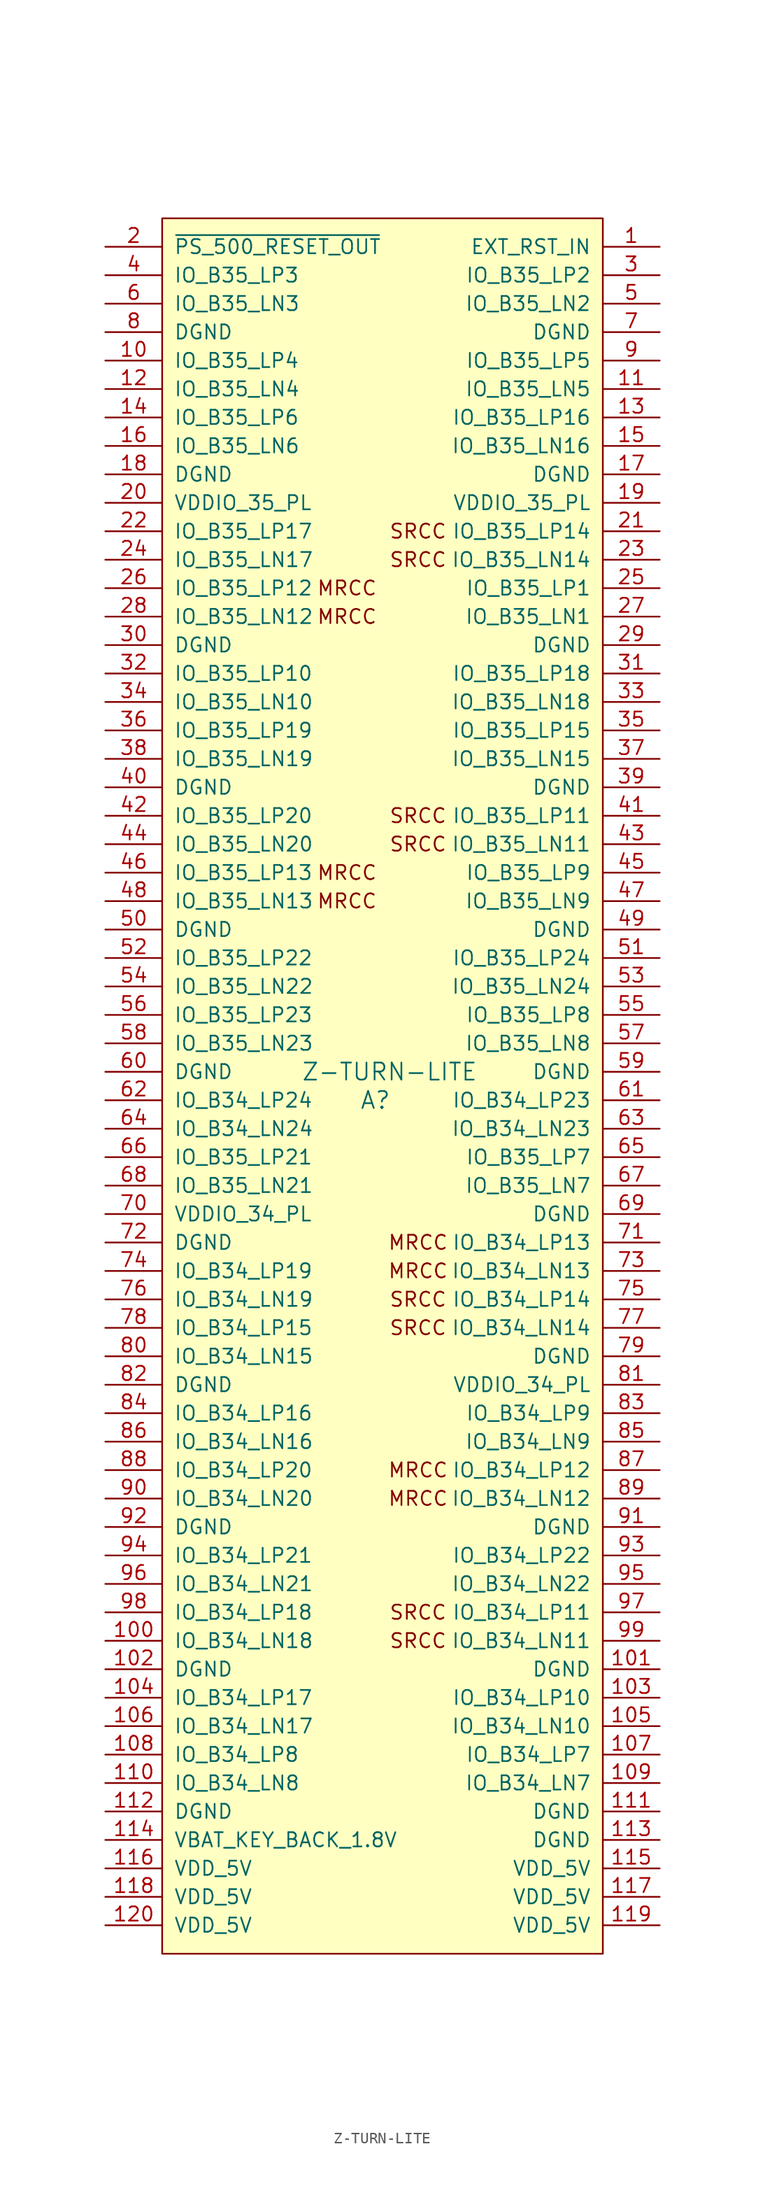
<source format=kicad_sym>
(kicad_symbol_lib
  (version 20201005)
  (generator kicad_symbol_editor)
  (symbol "z-turn-lite:Z-TURN-LITE"
    (pin_names
      (offset 1.016))
    (property "Reference" "A"
      (at 1.27 -2.54 0)
      (effects (font (size 1.524 1.524))))
    (property "Value" "Z-TURN-LITE"
      (at 2.54 0 0)
      (effects (font (size 1.524 1.524))))
    (symbol "Z-TURN-LITE_0_0"
      (text "SRCC" (at 5.08 -50.8 0) (effects (font (size 1.27 1.27))))
      (text "SRCC" (at 5.08 -48.26 0) (effects (font (size 1.27 1.27))))
      (text "SRCC" (at 5.08 -22.86 0) (effects (font (size 1.27 1.27))))
      (text "SRCC" (at 5.08 -20.32 0) (effects (font (size 1.27 1.27))))
      (text "MRCC" (at 5.08 -35.56 0) (effects (font (size 1.27 1.27))))
      (text "MRCC" (at 5.08 -38.1 0) (effects (font (size 1.27 1.27))))
      (text "MRCC" (at 5.08 -15.24 0) (effects (font (size 1.27 1.27))))
      (text "MRCC" (at 5.08 -17.78 0) (effects (font (size 1.27 1.27))))
      (text "SRCC" (at 5.08 45.72 0) (effects (font (size 1.27 1.27))))
      (text "SRCC" (at 5.08 48.26 0) (effects (font (size 1.27 1.27))))
      (text "SRCC" (at 5.08 20.32 0) (effects (font (size 1.27 1.27))))
      (text "SRCC" (at 5.08 22.86 0) (effects (font (size 1.27 1.27))))
      (text "MRCC" (at -1.27 43.18 0) (effects (font (size 1.27 1.27))))
      (text "MRCC" (at -1.27 40.64 0) (effects (font (size 1.27 1.27))))
      (text "MRCC" (at -1.27 17.78 0) (effects (font (size 1.27 1.27))))
      (text "MRCC" (at -1.27 15.24 0) (effects (font (size 1.27 1.27)))))
    (symbol "Z-TURN-LITE_0_1"
      (rectangle (start -17.78 76.2) (end 21.59 -78.74) (stroke (width 0)) (fill (type background))))
    (symbol "Z-TURN-LITE_1_1"
      (pin input line (at 26.67 73.66 180) (length 5.08) (name "EXT_RST_IN" (effects (font (size 1.27 1.27)))) (number "1" (effects (font (size 1.27 1.27)))))
      (pin bidirectional line (at -22.86 63.5 0) (length 5.08) (name "IO_B35_LP4" (effects (font (size 1.27 1.27)))) (number "10" (effects (font (size 1.27 1.27)))))
      (pin bidirectional line (at -22.86 -50.8 0) (length 5.08) (name "IO_B34_LN18" (effects (font (size 1.27 1.27)))) (number "100" (effects (font (size 1.27 1.27)))))
      (pin power_out line (at 26.67 -53.34 180) (length 5.08) (name "DGND" (effects (font (size 1.27 1.27)))) (number "101" (effects (font (size 1.27 1.27)))))
      (pin power_out line (at -22.86 -53.34 0) (length 5.08) (name "DGND" (effects (font (size 1.27 1.27)))) (number "102" (effects (font (size 1.27 1.27)))))
      (pin bidirectional line (at 26.67 -55.88 180) (length 5.08) (name "IO_B34_LP10" (effects (font (size 1.27 1.27)))) (number "103" (effects (font (size 1.27 1.27)))))
      (pin bidirectional line (at -22.86 -55.88 0) (length 5.08) (name "IO_B34_LP17" (effects (font (size 1.27 1.27)))) (number "104" (effects (font (size 1.27 1.27)))))
      (pin bidirectional line (at 26.67 -58.42 180) (length 5.08) (name "IO_B34_LN10" (effects (font (size 1.27 1.27)))) (number "105" (effects (font (size 1.27 1.27)))))
      (pin bidirectional line (at -22.86 -58.42 0) (length 5.08) (name "IO_B34_LN17" (effects (font (size 1.27 1.27)))) (number "106" (effects (font (size 1.27 1.27)))))
      (pin bidirectional line (at 26.67 -60.96 180) (length 5.08) (name "IO_B34_LP7" (effects (font (size 1.27 1.27)))) (number "107" (effects (font (size 1.27 1.27)))))
      (pin bidirectional line (at -22.86 -60.96 0) (length 5.08) (name "IO_B34_LP8" (effects (font (size 1.27 1.27)))) (number "108" (effects (font (size 1.27 1.27)))))
      (pin bidirectional line (at 26.67 -63.5 180) (length 5.08) (name "IO_B34_LN7" (effects (font (size 1.27 1.27)))) (number "109" (effects (font (size 1.27 1.27)))))
      (pin bidirectional line (at 26.67 60.96 180) (length 5.08) (name "IO_B35_LN5" (effects (font (size 1.27 1.27)))) (number "11" (effects (font (size 1.27 1.27)))))
      (pin bidirectional line (at -22.86 -63.5 0) (length 5.08) (name "IO_B34_LN8" (effects (font (size 1.27 1.27)))) (number "110" (effects (font (size 1.27 1.27)))))
      (pin power_out line (at 26.67 -66.04 180) (length 5.08) (name "DGND" (effects (font (size 1.27 1.27)))) (number "111" (effects (font (size 1.27 1.27)))))
      (pin power_out line (at -22.86 -66.04 0) (length 5.08) (name "DGND" (effects (font (size 1.27 1.27)))) (number "112" (effects (font (size 1.27 1.27)))))
      (pin power_out line (at 26.67 -68.58 180) (length 5.08) (name "DGND" (effects (font (size 1.27 1.27)))) (number "113" (effects (font (size 1.27 1.27)))))
      (pin bidirectional line (at -22.86 -68.58 0) (length 5.08) (name "VBAT_KEY_BACK_1.8V" (effects (font (size 1.27 1.27)))) (number "114" (effects (font (size 1.27 1.27)))))
      (pin power_out line (at 26.67 -71.12 180) (length 5.08) (name "VDD_5V" (effects (font (size 1.27 1.27)))) (number "115" (effects (font (size 1.27 1.27)))))
      (pin power_out line (at -22.86 -71.12 0) (length 5.08) (name "VDD_5V" (effects (font (size 1.27 1.27)))) (number "116" (effects (font (size 1.27 1.27)))))
      (pin power_out line (at 26.67 -73.66 180) (length 5.08) (name "VDD_5V" (effects (font (size 1.27 1.27)))) (number "117" (effects (font (size 1.27 1.27)))))
      (pin power_out line (at -22.86 -73.66 0) (length 5.08) (name "VDD_5V" (effects (font (size 1.27 1.27)))) (number "118" (effects (font (size 1.27 1.27)))))
      (pin power_out line (at 26.67 -76.2 180) (length 5.08) (name "VDD_5V" (effects (font (size 1.27 1.27)))) (number "119" (effects (font (size 1.27 1.27)))))
      (pin bidirectional line (at -22.86 60.96 0) (length 5.08) (name "IO_B35_LN4" (effects (font (size 1.27 1.27)))) (number "12" (effects (font (size 1.27 1.27)))))
      (pin power_out line (at -22.86 -76.2 0) (length 5.08) (name "VDD_5V" (effects (font (size 1.27 1.27)))) (number "120" (effects (font (size 1.27 1.27)))))
      (pin bidirectional line (at 26.67 58.42 180) (length 5.08) (name "IO_B35_LP16" (effects (font (size 1.27 1.27)))) (number "13" (effects (font (size 1.27 1.27)))))
      (pin bidirectional line (at -22.86 58.42 0) (length 5.08) (name "IO_B35_LP6" (effects (font (size 1.27 1.27)))) (number "14" (effects (font (size 1.27 1.27)))))
      (pin bidirectional line (at 26.67 55.88 180) (length 5.08) (name "IO_B35_LN16" (effects (font (size 1.27 1.27)))) (number "15" (effects (font (size 1.27 1.27)))))
      (pin bidirectional line (at -22.86 55.88 0) (length 5.08) (name "IO_B35_LN6" (effects (font (size 1.27 1.27)))) (number "16" (effects (font (size 1.27 1.27)))))
      (pin power_out line (at 26.67 53.34 180) (length 5.08) (name "DGND" (effects (font (size 1.27 1.27)))) (number "17" (effects (font (size 1.27 1.27)))))
      (pin power_out line (at -22.86 53.34 0) (length 5.08) (name "DGND" (effects (font (size 1.27 1.27)))) (number "18" (effects (font (size 1.27 1.27)))))
      (pin power_out line (at 26.67 50.8 180) (length 5.08) (name "VDDIO_35_PL" (effects (font (size 1.27 1.27)))) (number "19" (effects (font (size 1.27 1.27)))))
      (pin bidirectional line (at -22.86 73.66 0) (length 5.08) (name "~PS_500_RESET_OUT" (effects (font (size 1.27 1.27)))) (number "2" (effects (font (size 1.27 1.27)))))
      (pin power_out line (at -22.86 50.8 0) (length 5.08) (name "VDDIO_35_PL" (effects (font (size 1.27 1.27)))) (number "20" (effects (font (size 1.27 1.27)))))
      (pin bidirectional line (at 26.67 48.26 180) (length 5.08) (name "IO_B35_LP14" (effects (font (size 1.27 1.27)))) (number "21" (effects (font (size 1.27 1.27)))))
      (pin bidirectional line (at -22.86 48.26 0) (length 5.08) (name "IO_B35_LP17" (effects (font (size 1.27 1.27)))) (number "22" (effects (font (size 1.27 1.27)))))
      (pin bidirectional line (at 26.67 45.72 180) (length 5.08) (name "IO_B35_LN14" (effects (font (size 1.27 1.27)))) (number "23" (effects (font (size 1.27 1.27)))))
      (pin bidirectional line (at -22.86 45.72 0) (length 5.08) (name "IO_B35_LN17" (effects (font (size 1.27 1.27)))) (number "24" (effects (font (size 1.27 1.27)))))
      (pin bidirectional line (at 26.67 43.18 180) (length 5.08) (name "IO_B35_LP1" (effects (font (size 1.27 1.27)))) (number "25" (effects (font (size 1.27 1.27)))))
      (pin bidirectional line (at -22.86 43.18 0) (length 5.08) (name "IO_B35_LP12" (effects (font (size 1.27 1.27)))) (number "26" (effects (font (size 1.27 1.27)))))
      (pin bidirectional line (at 26.67 40.64 180) (length 5.08) (name "IO_B35_LN1" (effects (font (size 1.27 1.27)))) (number "27" (effects (font (size 1.27 1.27)))))
      (pin bidirectional line (at -22.86 40.64 0) (length 5.08) (name "IO_B35_LN12" (effects (font (size 1.27 1.27)))) (number "28" (effects (font (size 1.27 1.27)))))
      (pin power_out line (at 26.67 38.1 180) (length 5.08) (name "DGND" (effects (font (size 1.27 1.27)))) (number "29" (effects (font (size 1.27 1.27)))))
      (pin bidirectional line (at 26.67 71.12 180) (length 5.08) (name "IO_B35_LP2" (effects (font (size 1.27 1.27)))) (number "3" (effects (font (size 1.27 1.27)))))
      (pin power_out line (at -22.86 38.1 0) (length 5.08) (name "DGND" (effects (font (size 1.27 1.27)))) (number "30" (effects (font (size 1.27 1.27)))))
      (pin bidirectional line (at 26.67 35.56 180) (length 5.08) (name "IO_B35_LP18" (effects (font (size 1.27 1.27)))) (number "31" (effects (font (size 1.27 1.27)))))
      (pin bidirectional line (at -22.86 35.56 0) (length 5.08) (name "IO_B35_LP10" (effects (font (size 1.27 1.27)))) (number "32" (effects (font (size 1.27 1.27)))))
      (pin bidirectional line (at 26.67 33.02 180) (length 5.08) (name "IO_B35_LN18" (effects (font (size 1.27 1.27)))) (number "33" (effects (font (size 1.27 1.27)))))
      (pin bidirectional line (at -22.86 33.02 0) (length 5.08) (name "IO_B35_LN10" (effects (font (size 1.27 1.27)))) (number "34" (effects (font (size 1.27 1.27)))))
      (pin bidirectional line (at 26.67 30.48 180) (length 5.08) (name "IO_B35_LP15" (effects (font (size 1.27 1.27)))) (number "35" (effects (font (size 1.27 1.27)))))
      (pin bidirectional line (at -22.86 30.48 0) (length 5.08) (name "IO_B35_LP19" (effects (font (size 1.27 1.27)))) (number "36" (effects (font (size 1.27 1.27)))))
      (pin bidirectional line (at 26.67 27.94 180) (length 5.08) (name "IO_B35_LN15" (effects (font (size 1.27 1.27)))) (number "37" (effects (font (size 1.27 1.27)))))
      (pin bidirectional line (at -22.86 27.94 0) (length 5.08) (name "IO_B35_LN19" (effects (font (size 1.27 1.27)))) (number "38" (effects (font (size 1.27 1.27)))))
      (pin power_out line (at 26.67 25.4 180) (length 5.08) (name "DGND" (effects (font (size 1.27 1.27)))) (number "39" (effects (font (size 1.27 1.27)))))
      (pin bidirectional line (at -22.86 71.12 0) (length 5.08) (name "IO_B35_LP3" (effects (font (size 1.27 1.27)))) (number "4" (effects (font (size 1.27 1.27)))))
      (pin power_out line (at -22.86 25.4 0) (length 5.08) (name "DGND" (effects (font (size 1.27 1.27)))) (number "40" (effects (font (size 1.27 1.27)))))
      (pin bidirectional line (at 26.67 22.86 180) (length 5.08) (name "IO_B35_LP11" (effects (font (size 1.27 1.27)))) (number "41" (effects (font (size 1.27 1.27)))))
      (pin bidirectional line (at -22.86 22.86 0) (length 5.08) (name "IO_B35_LP20" (effects (font (size 1.27 1.27)))) (number "42" (effects (font (size 1.27 1.27)))))
      (pin bidirectional line (at 26.67 20.32 180) (length 5.08) (name "IO_B35_LN11" (effects (font (size 1.27 1.27)))) (number "43" (effects (font (size 1.27 1.27)))))
      (pin bidirectional line (at -22.86 20.32 0) (length 5.08) (name "IO_B35_LN20" (effects (font (size 1.27 1.27)))) (number "44" (effects (font (size 1.27 1.27)))))
      (pin bidirectional line (at 26.67 17.78 180) (length 5.08) (name "IO_B35_LP9" (effects (font (size 1.27 1.27)))) (number "45" (effects (font (size 1.27 1.27)))))
      (pin bidirectional line (at -22.86 17.78 0) (length 5.08) (name "IO_B35_LP13" (effects (font (size 1.27 1.27)))) (number "46" (effects (font (size 1.27 1.27)))))
      (pin bidirectional line (at 26.67 15.24 180) (length 5.08) (name "IO_B35_LN9" (effects (font (size 1.27 1.27)))) (number "47" (effects (font (size 1.27 1.27)))))
      (pin bidirectional line (at -22.86 15.24 0) (length 5.08) (name "IO_B35_LN13" (effects (font (size 1.27 1.27)))) (number "48" (effects (font (size 1.27 1.27)))))
      (pin power_out line (at 26.67 12.7 180) (length 5.08) (name "DGND" (effects (font (size 1.27 1.27)))) (number "49" (effects (font (size 1.27 1.27)))))
      (pin bidirectional line (at 26.67 68.58 180) (length 5.08) (name "IO_B35_LN2" (effects (font (size 1.27 1.27)))) (number "5" (effects (font (size 1.27 1.27)))))
      (pin power_out line (at -22.86 12.7 0) (length 5.08) (name "DGND" (effects (font (size 1.27 1.27)))) (number "50" (effects (font (size 1.27 1.27)))))
      (pin bidirectional line (at 26.67 10.16 180) (length 5.08) (name "IO_B35_LP24" (effects (font (size 1.27 1.27)))) (number "51" (effects (font (size 1.27 1.27)))))
      (pin bidirectional line (at -22.86 10.16 0) (length 5.08) (name "IO_B35_LP22" (effects (font (size 1.27 1.27)))) (number "52" (effects (font (size 1.27 1.27)))))
      (pin bidirectional line (at 26.67 7.62 180) (length 5.08) (name "IO_B35_LN24" (effects (font (size 1.27 1.27)))) (number "53" (effects (font (size 1.27 1.27)))))
      (pin bidirectional line (at -22.86 7.62 0) (length 5.08) (name "IO_B35_LN22" (effects (font (size 1.27 1.27)))) (number "54" (effects (font (size 1.27 1.27)))))
      (pin bidirectional line (at 26.67 5.08 180) (length 5.08) (name "IO_B35_LP8" (effects (font (size 1.27 1.27)))) (number "55" (effects (font (size 1.27 1.27)))))
      (pin bidirectional line (at -22.86 5.08 0) (length 5.08) (name "IO_B35_LP23" (effects (font (size 1.27 1.27)))) (number "56" (effects (font (size 1.27 1.27)))))
      (pin bidirectional line (at 26.67 2.54 180) (length 5.08) (name "IO_B35_LN8" (effects (font (size 1.27 1.27)))) (number "57" (effects (font (size 1.27 1.27)))))
      (pin bidirectional line (at -22.86 2.54 0) (length 5.08) (name "IO_B35_LN23" (effects (font (size 1.27 1.27)))) (number "58" (effects (font (size 1.27 1.27)))))
      (pin power_out line (at 26.67 0 180) (length 5.08) (name "DGND" (effects (font (size 1.27 1.27)))) (number "59" (effects (font (size 1.27 1.27)))))
      (pin bidirectional line (at -22.86 68.58 0) (length 5.08) (name "IO_B35_LN3" (effects (font (size 1.27 1.27)))) (number "6" (effects (font (size 1.27 1.27)))))
      (pin power_out line (at -22.86 0 0) (length 5.08) (name "DGND" (effects (font (size 1.27 1.27)))) (number "60" (effects (font (size 1.27 1.27)))))
      (pin bidirectional line (at 26.67 -2.54 180) (length 5.08) (name "IO_B34_LP23" (effects (font (size 1.27 1.27)))) (number "61" (effects (font (size 1.27 1.27)))))
      (pin bidirectional line (at -22.86 -2.54 0) (length 5.08) (name "IO_B34_LP24" (effects (font (size 1.27 1.27)))) (number "62" (effects (font (size 1.27 1.27)))))
      (pin bidirectional line (at 26.67 -5.08 180) (length 5.08) (name "IO_B34_LN23" (effects (font (size 1.27 1.27)))) (number "63" (effects (font (size 1.27 1.27)))))
      (pin bidirectional line (at -22.86 -5.08 0) (length 5.08) (name "IO_B34_LN24" (effects (font (size 1.27 1.27)))) (number "64" (effects (font (size 1.27 1.27)))))
      (pin bidirectional line (at 26.67 -7.62 180) (length 5.08) (name "IO_B35_LP7" (effects (font (size 1.27 1.27)))) (number "65" (effects (font (size 1.27 1.27)))))
      (pin bidirectional line (at -22.86 -7.62 0) (length 5.08) (name "IO_B35_LP21" (effects (font (size 1.27 1.27)))) (number "66" (effects (font (size 1.27 1.27)))))
      (pin bidirectional line (at 26.67 -10.16 180) (length 5.08) (name "IO_B35_LN7" (effects (font (size 1.27 1.27)))) (number "67" (effects (font (size 1.27 1.27)))))
      (pin bidirectional line (at -22.86 -10.16 0) (length 5.08) (name "IO_B35_LN21" (effects (font (size 1.27 1.27)))) (number "68" (effects (font (size 1.27 1.27)))))
      (pin power_out line (at 26.67 -12.7 180) (length 5.08) (name "DGND" (effects (font (size 1.27 1.27)))) (number "69" (effects (font (size 1.27 1.27)))))
      (pin power_out line (at 26.67 66.04 180) (length 5.08) (name "DGND" (effects (font (size 1.27 1.27)))) (number "7" (effects (font (size 1.27 1.27)))))
      (pin power_out line (at -22.86 -12.7 0) (length 5.08) (name "VDDIO_34_PL" (effects (font (size 1.27 1.27)))) (number "70" (effects (font (size 1.27 1.27)))))
      (pin bidirectional line (at 26.67 -15.24 180) (length 5.08) (name "IO_B34_LP13" (effects (font (size 1.27 1.27)))) (number "71" (effects (font (size 1.27 1.27)))))
      (pin power_out line (at -22.86 -15.24 0) (length 5.08) (name "DGND" (effects (font (size 1.27 1.27)))) (number "72" (effects (font (size 1.27 1.27)))))
      (pin bidirectional line (at 26.67 -17.78 180) (length 5.08) (name "IO_B34_LN13" (effects (font (size 1.27 1.27)))) (number "73" (effects (font (size 1.27 1.27)))))
      (pin bidirectional line (at -22.86 -17.78 0) (length 5.08) (name "IO_B34_LP19" (effects (font (size 1.27 1.27)))) (number "74" (effects (font (size 1.27 1.27)))))
      (pin bidirectional line (at 26.67 -20.32 180) (length 5.08) (name "IO_B34_LP14" (effects (font (size 1.27 1.27)))) (number "75" (effects (font (size 1.27 1.27)))))
      (pin bidirectional line (at -22.86 -20.32 0) (length 5.08) (name "IO_B34_LN19" (effects (font (size 1.27 1.27)))) (number "76" (effects (font (size 1.27 1.27)))))
      (pin bidirectional line (at 26.67 -22.86 180) (length 5.08) (name "IO_B34_LN14" (effects (font (size 1.27 1.27)))) (number "77" (effects (font (size 1.27 1.27)))))
      (pin bidirectional line (at -22.86 -22.86 0) (length 5.08) (name "IO_B34_LP15" (effects (font (size 1.27 1.27)))) (number "78" (effects (font (size 1.27 1.27)))))
      (pin power_out line (at 26.67 -25.4 180) (length 5.08) (name "DGND" (effects (font (size 1.27 1.27)))) (number "79" (effects (font (size 1.27 1.27)))))
      (pin power_out line (at -22.86 66.04 0) (length 5.08) (name "DGND" (effects (font (size 1.27 1.27)))) (number "8" (effects (font (size 1.27 1.27)))))
      (pin bidirectional line (at -22.86 -25.4 0) (length 5.08) (name "IO_B34_LN15" (effects (font (size 1.27 1.27)))) (number "80" (effects (font (size 1.27 1.27)))))
      (pin power_out line (at 26.67 -27.94 180) (length 5.08) (name "VDDIO_34_PL" (effects (font (size 1.27 1.27)))) (number "81" (effects (font (size 1.27 1.27)))))
      (pin power_out line (at -22.86 -27.94 0) (length 5.08) (name "DGND" (effects (font (size 1.27 1.27)))) (number "82" (effects (font (size 1.27 1.27)))))
      (pin bidirectional line (at 26.67 -30.48 180) (length 5.08) (name "IO_B34_LP9" (effects (font (size 1.27 1.27)))) (number "83" (effects (font (size 1.27 1.27)))))
      (pin bidirectional line (at -22.86 -30.48 0) (length 5.08) (name "IO_B34_LP16" (effects (font (size 1.27 1.27)))) (number "84" (effects (font (size 1.27 1.27)))))
      (pin bidirectional line (at 26.67 -33.02 180) (length 5.08) (name "IO_B34_LN9" (effects (font (size 1.27 1.27)))) (number "85" (effects (font (size 1.27 1.27)))))
      (pin bidirectional line (at -22.86 -33.02 0) (length 5.08) (name "IO_B34_LN16" (effects (font (size 1.27 1.27)))) (number "86" (effects (font (size 1.27 1.27)))))
      (pin bidirectional line (at 26.67 -35.56 180) (length 5.08) (name "IO_B34_LP12" (effects (font (size 1.27 1.27)))) (number "87" (effects (font (size 1.27 1.27)))))
      (pin bidirectional line (at -22.86 -35.56 0) (length 5.08) (name "IO_B34_LP20" (effects (font (size 1.27 1.27)))) (number "88" (effects (font (size 1.27 1.27)))))
      (pin bidirectional line (at 26.67 -38.1 180) (length 5.08) (name "IO_B34_LN12" (effects (font (size 1.27 1.27)))) (number "89" (effects (font (size 1.27 1.27)))))
      (pin bidirectional line (at 26.67 63.5 180) (length 5.08) (name "IO_B35_LP5" (effects (font (size 1.27 1.27)))) (number "9" (effects (font (size 1.27 1.27)))))
      (pin bidirectional line (at -22.86 -38.1 0) (length 5.08) (name "IO_B34_LN20" (effects (font (size 1.27 1.27)))) (number "90" (effects (font (size 1.27 1.27)))))
      (pin power_out line (at 26.67 -40.64 180) (length 5.08) (name "DGND" (effects (font (size 1.27 1.27)))) (number "91" (effects (font (size 1.27 1.27)))))
      (pin power_out line (at -22.86 -40.64 0) (length 5.08) (name "DGND" (effects (font (size 1.27 1.27)))) (number "92" (effects (font (size 1.27 1.27)))))
      (pin bidirectional line (at 26.67 -43.18 180) (length 5.08) (name "IO_B34_LP22" (effects (font (size 1.27 1.27)))) (number "93" (effects (font (size 1.27 1.27)))))
      (pin bidirectional line (at -22.86 -43.18 0) (length 5.08) (name "IO_B34_LP21" (effects (font (size 1.27 1.27)))) (number "94" (effects (font (size 1.27 1.27)))))
      (pin bidirectional line (at 26.67 -45.72 180) (length 5.08) (name "IO_B34_LN22" (effects (font (size 1.27 1.27)))) (number "95" (effects (font (size 1.27 1.27)))))
      (pin bidirectional line (at -22.86 -45.72 0) (length 5.08) (name "IO_B34_LN21" (effects (font (size 1.27 1.27)))) (number "96" (effects (font (size 1.27 1.27)))))
      (pin bidirectional line (at 26.67 -48.26 180) (length 5.08) (name "IO_B34_LP11" (effects (font (size 1.27 1.27)))) (number "97" (effects (font (size 1.27 1.27)))))
      (pin bidirectional line (at -22.86 -48.26 0) (length 5.08) (name "IO_B34_LP18" (effects (font (size 1.27 1.27)))) (number "98" (effects (font (size 1.27 1.27)))))
      (pin bidirectional line (at 26.67 -50.8 180) (length 5.08) (name "IO_B34_LN11" (effects (font (size 1.27 1.27)))) (number "99" (effects (font (size 1.27 1.27))))))))
</source>
